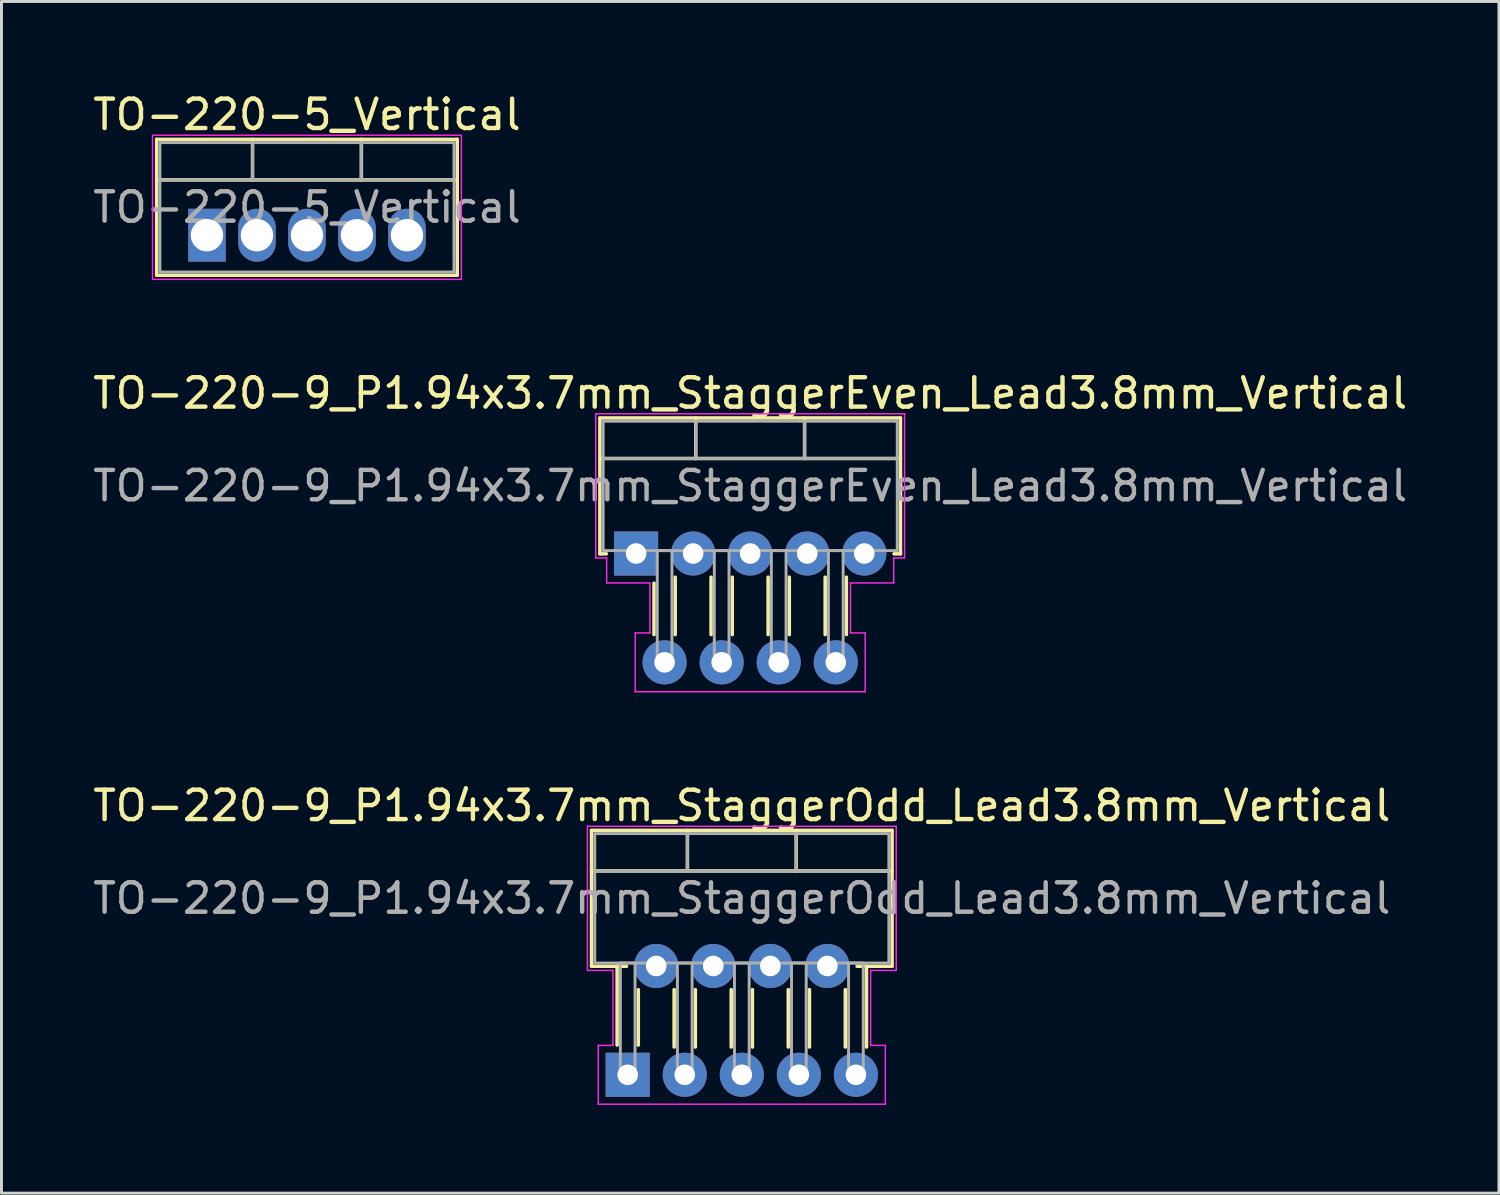
<source format=kicad_pcb>
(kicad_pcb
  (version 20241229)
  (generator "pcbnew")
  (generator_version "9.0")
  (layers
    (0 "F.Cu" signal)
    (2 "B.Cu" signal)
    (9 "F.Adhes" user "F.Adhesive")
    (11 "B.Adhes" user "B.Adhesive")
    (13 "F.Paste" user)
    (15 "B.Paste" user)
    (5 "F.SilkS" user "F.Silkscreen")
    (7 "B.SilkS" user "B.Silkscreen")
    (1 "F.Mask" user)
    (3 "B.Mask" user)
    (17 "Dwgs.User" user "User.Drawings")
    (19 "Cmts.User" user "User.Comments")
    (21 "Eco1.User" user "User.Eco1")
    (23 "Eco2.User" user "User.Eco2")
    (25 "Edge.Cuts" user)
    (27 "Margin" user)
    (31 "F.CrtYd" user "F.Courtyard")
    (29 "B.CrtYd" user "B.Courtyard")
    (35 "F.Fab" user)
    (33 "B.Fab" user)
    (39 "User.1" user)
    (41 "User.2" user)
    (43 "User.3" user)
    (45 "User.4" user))
  (footprint "TO-220-9_P1.94x3.7mm_StaggerOdd_Lead3.8mm_Vertical"
    (layer "F.Cu")
    (at 18.293 33.495)
    (property "Reference" "TO-220-9_P1.94x3.7mm_StaggerOdd_Lead3.8mm_Vertical" (at 3.88 -9.15 0) (layer "F.SilkS") (effects (font (size 1 1) (thickness 0.15))))
    (attr through_hole)
    (fp_line (start -1.23 -8.31) (end -1.23 -3.69) (stroke (width 0.12) (type solid)) (layer "F.SilkS"))
    (fp_line (start -1.23 -8.31) (end 8.99 -8.31) (stroke (width 0.12) (type solid)) (layer "F.SilkS"))
    (fp_line (start -1.23 -6.93) (end 8.99 -6.93) (stroke (width 0.12) (type solid)) (layer "F.SilkS"))
    (fp_line (start -1.23 -3.69) (end -0.04 -3.69) (stroke (width 0.12) (type solid)) (layer "F.SilkS"))
    (fp_line (start -0.36 -3.69) (end -0.36 -1.01) (stroke (width 0.12) (type solid)) (layer "F.SilkS"))
    (fp_line (start 0.36 -2.895) (end 0.36 -1.01) (stroke (width 0.12) (type solid)) (layer "F.SilkS"))
    (fp_line (start 1.58 -2.895) (end 1.58 -0.944) (stroke (width 0.12) (type solid)) (layer "F.SilkS"))
    (fp_line (start 2.03 -8.31) (end 2.03 -6.93) (stroke (width 0.12) (type solid)) (layer "F.SilkS"))
    (fp_line (start 2.3 -2.895) (end 2.3 -0.944) (stroke (width 0.12) (type solid)) (layer "F.SilkS"))
    (fp_line (start 3.52 -2.895) (end 3.52 -0.944) (stroke (width 0.12) (type solid)) (layer "F.SilkS"))
    (fp_line (start 4.24 -2.895) (end 4.24 -0.944) (stroke (width 0.12) (type solid)) (layer "F.SilkS"))
    (fp_line (start 5.46 -2.895) (end 5.46 -0.944) (stroke (width 0.12) (type solid)) (layer "F.SilkS"))
    (fp_line (start 5.73 -8.31) (end 5.73 -6.93) (stroke (width 0.12) (type solid)) (layer "F.SilkS"))
    (fp_line (start 6.18 -2.895) (end 6.18 -0.944) (stroke (width 0.12) (type solid)) (layer "F.SilkS"))
    (fp_line (start 7.4 -2.895) (end 7.4 -0.944) (stroke (width 0.12) (type solid)) (layer "F.SilkS"))
    (fp_line (start 7.8 -3.69) (end 8.99 -3.69) (stroke (width 0.12) (type solid)) (layer "F.SilkS"))
    (fp_line (start 8.12 -3.69) (end 8.12 -0.944) (stroke (width 0.12) (type solid)) (layer "F.SilkS"))
    (fp_line (start 8.99 -8.31) (end 8.99 -3.69) (stroke (width 0.12) (type solid)) (layer "F.SilkS"))
    (fp_line (start -1.37 -8.45) (end 9.13 -8.45) (stroke (width 0.05) (type solid)) (layer "F.CrtYd"))
    (fp_line (start -1.37 -3.55) (end -1.37 -8.45) (stroke (width 0.05) (type solid)) (layer "F.CrtYd"))
    (fp_line (start -1 -1) (end -0.5 -1) (stroke (width 0.05) (type solid)) (layer "F.CrtYd"))
    (fp_line (start -1 1) (end -1 -1) (stroke (width 0.05) (type solid)) (layer "F.CrtYd"))
    (fp_line (start -0.5 -3.55) (end -1.37 -3.55) (stroke (width 0.05) (type solid)) (layer "F.CrtYd"))
    (fp_line (start -0.5 -1) (end -0.5 -3.55) (stroke (width 0.05) (type solid)) (layer "F.CrtYd"))
    (fp_line (start 8.26 -3.55) (end 8.26 -1) (stroke (width 0.05) (type solid)) (layer "F.CrtYd"))
    (fp_line (start 8.26 -1) (end 8.76 -1) (stroke (width 0.05) (type solid)) (layer "F.CrtYd"))
    (fp_line (start 8.76 -1) (end 8.76 1) (stroke (width 0.05) (type solid)) (layer "F.CrtYd"))
    (fp_line (start 8.76 1) (end -1 1) (stroke (width 0.05) (type solid)) (layer "F.CrtYd"))
    (fp_line (start 9.13 -8.45) (end 9.13 -3.55) (stroke (width 0.05) (type solid)) (layer "F.CrtYd"))
    (fp_line (start 9.13 -3.55) (end 8.26 -3.55) (stroke (width 0.05) (type solid)) (layer "F.CrtYd"))
    (fp_line (start -1.12 -6.93) (end 8.88 -6.93) (stroke (width 0.1) (type solid)) (layer "F.Fab"))
    (fp_line (start 2.03 -8.2) (end 2.03 -6.93) (stroke (width 0.1) (type solid)) (layer "F.Fab"))
    (fp_line (start 5.73 -8.2) (end 5.73 -6.93) (stroke (width 0.1) (type solid)) (layer "F.Fab"))
    (fp_rect (start -1.12 -8.2) (end 8.88 -3.8) (stroke (width 0.1) (type solid)) (fill no) (layer "F.Fab"))
    (fp_rect (start -0.25 -3.8) (end 0.25 0) (stroke (width 0.1) (type solid)) (fill no) (layer "F.Fab"))
    (fp_rect (start 0.72 -3.8) (end 1.22 -3.7) (stroke (width 0.1) (type solid)) (fill no) (layer "F.Fab"))
    (fp_rect (start 1.69 -3.8) (end 2.19 0) (stroke (width 0.1) (type solid)) (fill no) (layer "F.Fab"))
    (fp_rect (start 2.66 -3.8) (end 3.16 -3.7) (stroke (width 0.1) (type solid)) (fill no) (layer "F.Fab"))
    (fp_rect (start 3.63 -3.8) (end 4.13 0) (stroke (width 0.1) (type solid)) (fill no) (layer "F.Fab"))
    (fp_rect (start 4.6 -3.8) (end 5.1 -3.7) (stroke (width 0.1) (type solid)) (fill no) (layer "F.Fab"))
    (fp_rect (start 5.57 -3.8) (end 6.07 0) (stroke (width 0.1) (type solid)) (fill no) (layer "F.Fab"))
    (fp_rect (start 6.54 -3.8) (end 7.04 -3.7) (stroke (width 0.1) (type solid)) (fill no) (layer "F.Fab"))
    (fp_rect (start 7.51 -3.8) (end 8.01 0) (stroke (width 0.1) (type solid)) (fill no) (layer "F.Fab"))
    (fp_text user "${REFERENCE}" (at 3.88 -6 0) (layer "F.Fab") (effects (font (size 1 1) (thickness 0.15))))
    (pad "1" thru_hole rect (at 0 0) (size 1.5 1.5) (drill 0.7) (layers "*.Cu" "*.Mask"))
    (pad "2" thru_hole circle (at 0.97 -3.7) (size 1.5 1.5) (drill 0.7) (layers "*.Cu" "*.Mask"))
    (pad "3" thru_hole circle (at 1.94 0) (size 1.5 1.5) (drill 0.7) (layers "*.Cu" "*.Mask"))
    (pad "4" thru_hole circle (at 2.91 -3.7) (size 1.5 1.5) (drill 0.7) (layers "*.Cu" "*.Mask"))
    (pad "5" thru_hole circle (at 3.88 0) (size 1.5 1.5) (drill 0.7) (layers "*.Cu" "*.Mask"))
    (pad "6" thru_hole circle (at 4.85 -3.7) (size 1.5 1.5) (drill 0.7) (layers "*.Cu" "*.Mask"))
    (pad "7" thru_hole circle (at 5.82 0) (size 1.5 1.5) (drill 0.7) (layers "*.Cu" "*.Mask"))
    (pad "8" thru_hole circle (at 6.79 -3.7) (size 1.5 1.5) (drill 0.7) (layers "*.Cu" "*.Mask"))
    (pad "9" thru_hole circle (at 7.76 0) (size 1.5 1.5) (drill 0.7) (layers "*.Cu" "*.Mask")))
  (footprint "TO-220-5_Vertical"
    (layer "F.Cu")
    (at 3.987 4.948)
    (property "Reference" "TO-220-5_Vertical" (at 3.4 -4.1 0) (layer "F.SilkS") (effects (font (size 1 1) (thickness 0.15))))
    (attr through_hole)
    (fp_line (start -1.71 -3.26) (end -1.71 1.36) (stroke (width 0.12) (type solid)) (layer "F.SilkS"))
    (fp_line (start -1.71 -3.26) (end 8.51 -3.26) (stroke (width 0.12) (type solid)) (layer "F.SilkS"))
    (fp_line (start -1.71 -1.88) (end 8.51 -1.88) (stroke (width 0.12) (type solid)) (layer "F.SilkS"))
    (fp_line (start -1.71 1.36) (end 8.51 1.36) (stroke (width 0.12) (type solid)) (layer "F.SilkS"))
    (fp_line (start 1.55 -3.26) (end 1.55 -1.88) (stroke (width 0.12) (type solid)) (layer "F.SilkS"))
    (fp_line (start 5.25 -3.26) (end 5.25 -1.88) (stroke (width 0.12) (type solid)) (layer "F.SilkS"))
    (fp_line (start 8.51 -3.26) (end 8.51 1.36) (stroke (width 0.12) (type solid)) (layer "F.SilkS"))
    (fp_rect (start 8.65 1.5) (end -1.85 -3.4) (stroke (width 0.05) (type solid)) (fill no) (layer "F.CrtYd"))
    (fp_line (start -1.6 -1.88) (end 8.4 -1.88) (stroke (width 0.1) (type solid)) (layer "F.Fab"))
    (fp_line (start 1.55 -3.15) (end 1.55 -1.88) (stroke (width 0.1) (type solid)) (layer "F.Fab"))
    (fp_line (start 5.25 -3.15) (end 5.25 -1.88) (stroke (width 0.1) (type solid)) (layer "F.Fab"))
    (fp_rect (start -1.6 -3.15) (end 8.4 1.25) (stroke (width 0.1) (type solid)) (fill no) (layer "F.Fab"))
    (fp_text user "${REFERENCE}" (at 3.4 -0.95 0) (layer "F.Fab") (effects (font (size 1 1) (thickness 0.15))))
    (pad "1" thru_hole rect (at 0 0) (size 1.275 1.8) (drill 1.1) (layers "*.Cu" "*.Mask"))
    (pad "2" thru_hole oval (at 1.7 0) (size 1.275 1.8) (drill 1.1) (layers "*.Cu" "*.Mask"))
    (pad "3" thru_hole oval (at 3.4 0) (size 1.275 1.8) (drill 1.1) (layers "*.Cu" "*.Mask"))
    (pad "4" thru_hole oval (at 5.1 0) (size 1.275 1.8) (drill 1.1) (layers "*.Cu" "*.Mask"))
    (pad "5" thru_hole oval (at 6.8 0) (size 1.275 1.8) (drill 1.1) (layers "*.Cu" "*.Mask")))
  (footprint "TO-220-9_P1.94x3.7mm_StaggerEven_Lead3.8mm_Vertical"
    (layer "F.Cu")
    (at 18.578 15.771)
    (property "Reference" "TO-220-9_P1.94x3.7mm_StaggerEven_Lead3.8mm_Vertical" (at 3.88 -5.45 0) (layer "F.SilkS") (effects (font (size 1 1) (thickness 0.15))))
    (attr through_hole)
    (fp_line (start -1.23 -4.61) (end -1.23 0.01) (stroke (width 0.12) (type solid)) (layer "F.SilkS"))
    (fp_line (start -1.23 -4.61) (end 8.99 -4.61) (stroke (width 0.12) (type solid)) (layer "F.SilkS"))
    (fp_line (start -1.23 -3.23) (end 8.99 -3.23) (stroke (width 0.12) (type solid)) (layer "F.SilkS"))
    (fp_line (start -1.23 0.01) (end -1.01 0.01) (stroke (width 0.12) (type solid)) (layer "F.SilkS"))
    (fp_line (start 0.61 1.01) (end 0.61 2.756) (stroke (width 0.12) (type solid)) (layer "F.SilkS"))
    (fp_line (start 1.33 0.805) (end 1.33 2.756) (stroke (width 0.12) (type solid)) (layer "F.SilkS"))
    (fp_line (start 2.03 -4.61) (end 2.03 -3.23) (stroke (width 0.12) (type solid)) (layer "F.SilkS"))
    (fp_line (start 2.55 0.805) (end 2.55 2.756) (stroke (width 0.12) (type solid)) (layer "F.SilkS"))
    (fp_line (start 3.27 0.805) (end 3.27 2.756) (stroke (width 0.12) (type solid)) (layer "F.SilkS"))
    (fp_line (start 4.49 0.805) (end 4.49 2.756) (stroke (width 0.12) (type solid)) (layer "F.SilkS"))
    (fp_line (start 5.21 0.805) (end 5.21 2.756) (stroke (width 0.12) (type solid)) (layer "F.SilkS"))
    (fp_line (start 5.73 -4.61) (end 5.73 -3.23) (stroke (width 0.12) (type solid)) (layer "F.SilkS"))
    (fp_line (start 6.43 0.805) (end 6.43 2.756) (stroke (width 0.12) (type solid)) (layer "F.SilkS"))
    (fp_line (start 7.15 0.805) (end 7.15 2.756) (stroke (width 0.12) (type solid)) (layer "F.SilkS"))
    (fp_line (start 8.77 0.01) (end 8.99 0.01) (stroke (width 0.12) (type solid)) (layer "F.SilkS"))
    (fp_line (start 8.99 -4.61) (end 8.99 0.01) (stroke (width 0.12) (type solid)) (layer "F.SilkS"))
    (fp_line (start -1.37 -4.75) (end 9.13 -4.75) (stroke (width 0.05) (type solid)) (layer "F.CrtYd"))
    (fp_line (start -1.37 0.15) (end -1.37 -4.75) (stroke (width 0.05) (type solid)) (layer "F.CrtYd"))
    (fp_line (start -1 0.15) (end -1.37 0.15) (stroke (width 0.05) (type solid)) (layer "F.CrtYd"))
    (fp_line (start -1 1) (end -1 0.15) (stroke (width 0.05) (type solid)) (layer "F.CrtYd"))
    (fp_line (start -0.03 2.7) (end 0.47 2.7) (stroke (width 0.05) (type solid)) (layer "F.CrtYd"))
    (fp_line (start -0.03 4.7) (end -0.03 2.7) (stroke (width 0.05) (type solid)) (layer "F.CrtYd"))
    (fp_line (start 0.47 1) (end -1 1) (stroke (width 0.05) (type solid)) (layer "F.CrtYd"))
    (fp_line (start 0.47 2.7) (end 0.47 1) (stroke (width 0.05) (type solid)) (layer "F.CrtYd"))
    (fp_line (start 7.29 1) (end 7.29 2.7) (stroke (width 0.05) (type solid)) (layer "F.CrtYd"))
    (fp_line (start 7.29 2.7) (end 7.79 2.7) (stroke (width 0.05) (type solid)) (layer "F.CrtYd"))
    (fp_line (start 7.79 2.7) (end 7.79 4.7) (stroke (width 0.05) (type solid)) (layer "F.CrtYd"))
    (fp_line (start 7.79 4.7) (end -0.03 4.7) (stroke (width 0.05) (type solid)) (layer "F.CrtYd"))
    (fp_line (start 8.76 0.15) (end 8.76 1) (stroke (width 0.05) (type solid)) (layer "F.CrtYd"))
    (fp_line (start 8.76 1) (end 7.29 1) (stroke (width 0.05) (type solid)) (layer "F.CrtYd"))
    (fp_line (start 9.13 -4.75) (end 9.13 0.15) (stroke (width 0.05) (type solid)) (layer "F.CrtYd"))
    (fp_line (start 9.13 0.15) (end 8.76 0.15) (stroke (width 0.05) (type solid)) (layer "F.CrtYd"))
    (fp_line (start -1.12 -3.23) (end 8.88 -3.23) (stroke (width 0.1) (type solid)) (layer "F.Fab"))
    (fp_line (start 2.03 -4.5) (end 2.03 -3.23) (stroke (width 0.1) (type solid)) (layer "F.Fab"))
    (fp_line (start 5.73 -4.5) (end 5.73 -3.23) (stroke (width 0.1) (type solid)) (layer "F.Fab"))
    (fp_rect (start -1.12 -4.5) (end 8.88 -0.1) (stroke (width 0.1) (type solid)) (fill no) (layer "F.Fab"))
    (fp_rect (start -0.25 -0.1) (end 0.25 0) (stroke (width 0.1) (type solid)) (fill no) (layer "F.Fab"))
    (fp_rect (start 0.72 -0.1) (end 1.22 3.7) (stroke (width 0.1) (type solid)) (fill no) (layer "F.Fab"))
    (fp_rect (start 1.69 -0.1) (end 2.19 0) (stroke (width 0.1) (type solid)) (fill no) (layer "F.Fab"))
    (fp_rect (start 2.66 -0.1) (end 3.16 3.7) (stroke (width 0.1) (type solid)) (fill no) (layer "F.Fab"))
    (fp_rect (start 3.63 -0.1) (end 4.13 0) (stroke (width 0.1) (type solid)) (fill no) (layer "F.Fab"))
    (fp_rect (start 4.6 -0.1) (end 5.1 3.7) (stroke (width 0.1) (type solid)) (fill no) (layer "F.Fab"))
    (fp_rect (start 5.57 -0.1) (end 6.07 0) (stroke (width 0.1) (type solid)) (fill no) (layer "F.Fab"))
    (fp_rect (start 6.54 -0.1) (end 7.04 3.7) (stroke (width 0.1) (type solid)) (fill no) (layer "F.Fab"))
    (fp_rect (start 7.51 -0.1) (end 8.01 0) (stroke (width 0.1) (type solid)) (fill no) (layer "F.Fab"))
    (fp_text user "${REFERENCE}" (at 3.88 -2.3 0) (layer "F.Fab") (effects (font (size 1 1) (thickness 0.15))))
    (pad "1" thru_hole rect (at 0 0) (size 1.5 1.5) (drill 0.7) (layers "*.Cu" "*.Mask"))
    (pad "2" thru_hole circle (at 0.97 3.7) (size 1.5 1.5) (drill 0.7) (layers "*.Cu" "*.Mask"))
    (pad "3" thru_hole circle (at 1.94 0) (size 1.5 1.5) (drill 0.7) (layers "*.Cu" "*.Mask"))
    (pad "4" thru_hole circle (at 2.91 3.7) (size 1.5 1.5) (drill 0.7) (layers "*.Cu" "*.Mask"))
    (pad "5" thru_hole circle (at 3.88 0) (size 1.5 1.5) (drill 0.7) (layers "*.Cu" "*.Mask"))
    (pad "6" thru_hole circle (at 4.85 3.7) (size 1.5 1.5) (drill 0.7) (layers "*.Cu" "*.Mask"))
    (pad "7" thru_hole circle (at 5.82 0) (size 1.5 1.5) (drill 0.7) (layers "*.Cu" "*.Mask"))
    (pad "8" thru_hole circle (at 6.79 3.7) (size 1.5 1.5) (drill 0.7) (layers "*.Cu" "*.Mask"))
    (pad "9" thru_hole circle (at 7.76 0) (size 1.5 1.5) (drill 0.7) (layers "*.Cu" "*.Mask")))
  (gr_rect
    (start -3 -3)
    (end 47.917 37.52)
    (stroke (width 0.1) (type default))
    (fill no)
    (layer "Edge.Cuts")))
</source>
